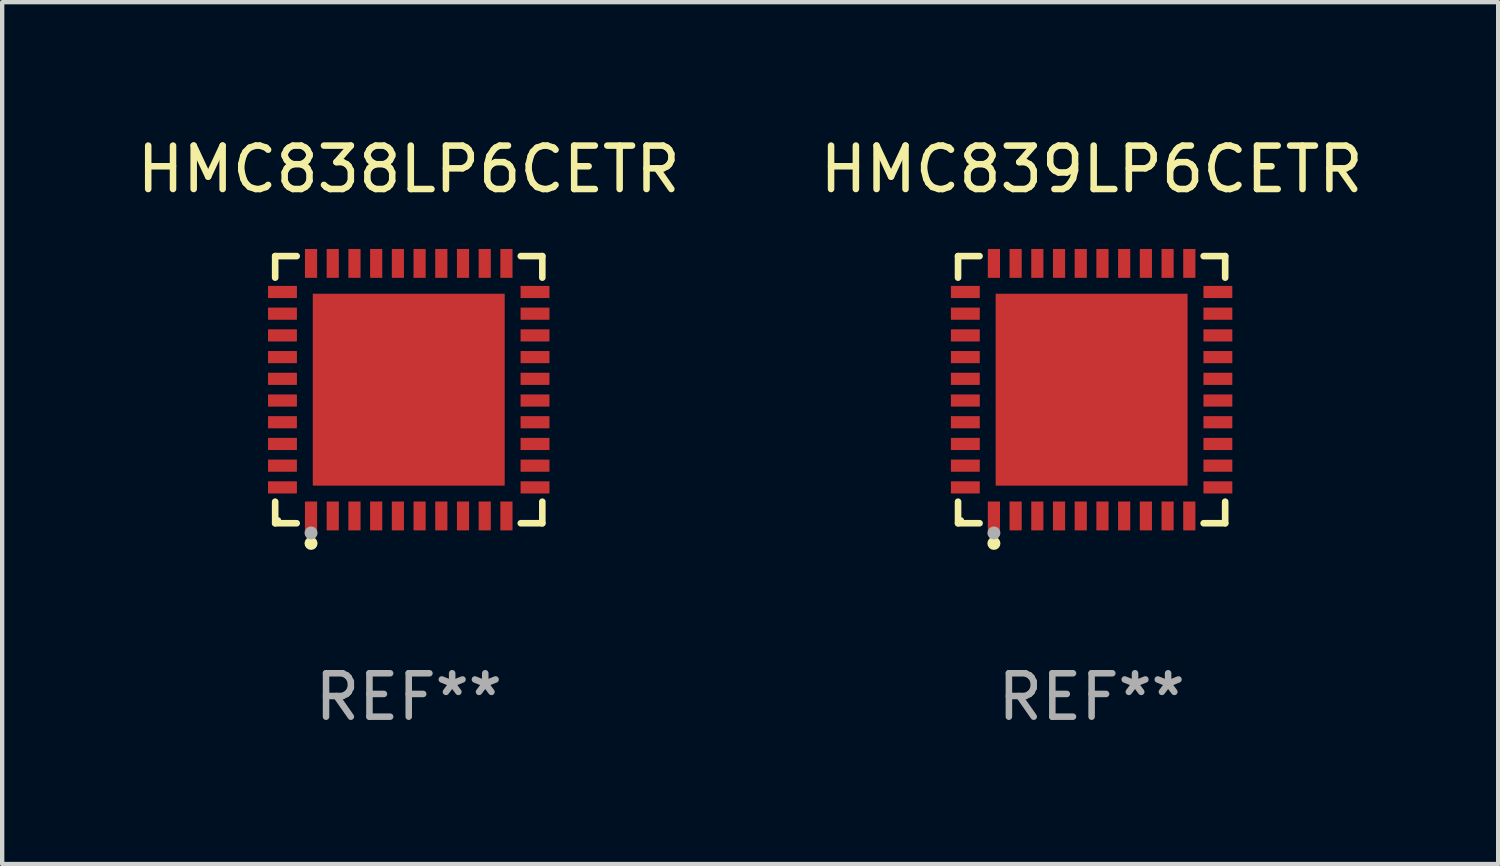
<source format=kicad_pcb>
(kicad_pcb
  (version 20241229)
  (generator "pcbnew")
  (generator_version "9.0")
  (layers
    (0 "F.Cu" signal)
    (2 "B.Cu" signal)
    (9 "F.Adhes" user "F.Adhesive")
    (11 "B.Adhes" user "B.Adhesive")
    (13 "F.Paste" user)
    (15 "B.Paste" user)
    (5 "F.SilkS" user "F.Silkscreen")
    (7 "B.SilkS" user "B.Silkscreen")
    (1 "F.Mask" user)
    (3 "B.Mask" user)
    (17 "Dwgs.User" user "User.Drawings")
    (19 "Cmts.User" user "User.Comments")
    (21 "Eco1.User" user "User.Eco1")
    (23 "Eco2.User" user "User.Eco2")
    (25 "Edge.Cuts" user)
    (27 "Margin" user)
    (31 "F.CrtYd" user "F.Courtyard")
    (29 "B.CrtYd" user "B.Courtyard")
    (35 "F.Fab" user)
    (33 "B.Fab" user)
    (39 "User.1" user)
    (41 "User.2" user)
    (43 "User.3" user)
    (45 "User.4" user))
  (footprint "HMC838LP6CETR"
    (layer "F.Cu")
    (at 6.363 5.924)
    (property "Reference" "HMC838LP6CETR" (at 0 -5.076 0) (layer "F.SilkS") (effects (font (size 1 1) (thickness 0.15))))
    (attr through_hole)
    (fp_line (start -3.076 -3.076) (end -2.58 -3.076) (stroke (width 0.152) (type solid)) (layer "F.SilkS"))
    (fp_line (start -3.076 -2.58) (end -3.076 -3.076) (stroke (width 0.152) (type solid)) (layer "F.SilkS"))
    (fp_line (start -3.076 2.58) (end -3.076 3.076) (stroke (width 0.152) (type solid)) (layer "F.SilkS"))
    (fp_line (start -3.076 3.076) (end -2.58 3.076) (stroke (width 0.152) (type solid)) (layer "F.SilkS"))
    (fp_line (start 3.076 -3.076) (end 2.58 -3.076) (stroke (width 0.152) (type solid)) (layer "F.SilkS"))
    (fp_line (start 3.076 -2.58) (end 3.076 -3.076) (stroke (width 0.152) (type solid)) (layer "F.SilkS"))
    (fp_line (start 3.076 2.58) (end 3.076 3.076) (stroke (width 0.152) (type solid)) (layer "F.SilkS"))
    (fp_line (start 3.076 3.076) (end 2.58 3.076) (stroke (width 0.152) (type solid)) (layer "F.SilkS"))
    (fp_circle (center -3 3) (end -2.97 3) (stroke (width 0.06) (type solid)) (fill no) (layer "F.SilkS"))
    (fp_circle (center -2.25 3.54) (end -2.175 3.54) (stroke (width 0.15) (type solid)) (fill no) (layer "F.SilkS"))
    (fp_circle (center -2.25 3.3) (end -2.175 3.3) (stroke (width 0.15) (type solid)) (fill no) (layer "F.Fab"))
    (fp_text user "REF**" (at 0 7.076 0) (layer "F.Fab") (effects (font (size 1 1) (thickness 0.15))))
    (pad "1" smd rect (at -2.25 2.908) (size 0.28 0.665) (layers "F.Cu" "F.Mask" "F.Paste"))
    (pad "2" smd rect (at -1.75 2.908) (size 0.28 0.665) (layers "F.Cu" "F.Mask" "F.Paste"))
    (pad "3" smd rect (at -1.25 2.908) (size 0.28 0.665) (layers "F.Cu" "F.Mask" "F.Paste"))
    (pad "4" smd rect (at -0.75 2.908) (size 0.28 0.665) (layers "F.Cu" "F.Mask" "F.Paste"))
    (pad "5" smd rect (at -0.25 2.908) (size 0.28 0.665) (layers "F.Cu" "F.Mask" "F.Paste"))
    (pad "6" smd rect (at 0.25 2.908) (size 0.28 0.665) (layers "F.Cu" "F.Mask" "F.Paste"))
    (pad "7" smd rect (at 0.75 2.908) (size 0.28 0.665) (layers "F.Cu" "F.Mask" "F.Paste"))
    (pad "8" smd rect (at 1.25 2.908) (size 0.28 0.665) (layers "F.Cu" "F.Mask" "F.Paste"))
    (pad "9" smd rect (at 1.75 2.908) (size 0.28 0.665) (layers "F.Cu" "F.Mask" "F.Paste"))
    (pad "10" smd rect (at 2.25 2.908) (size 0.28 0.665) (layers "F.Cu" "F.Mask" "F.Paste"))
    (pad "11" smd rect (at 2.908 2.25) (size 0.665 0.28) (layers "F.Cu" "F.Mask" "F.Paste"))
    (pad "12" smd rect (at 2.908 1.75) (size 0.665 0.28) (layers "F.Cu" "F.Mask" "F.Paste"))
    (pad "13" smd rect (at 2.908 1.25) (size 0.665 0.28) (layers "F.Cu" "F.Mask" "F.Paste"))
    (pad "14" smd rect (at 2.908 0.75) (size 0.665 0.28) (layers "F.Cu" "F.Mask" "F.Paste"))
    (pad "15" smd rect (at 2.908 0.25) (size 0.665 0.28) (layers "F.Cu" "F.Mask" "F.Paste"))
    (pad "16" smd rect (at 2.908 -0.25) (size 0.665 0.28) (layers "F.Cu" "F.Mask" "F.Paste"))
    (pad "17" smd rect (at 2.908 -0.75) (size 0.665 0.28) (layers "F.Cu" "F.Mask" "F.Paste"))
    (pad "18" smd rect (at 2.908 -1.25) (size 0.665 0.28) (layers "F.Cu" "F.Mask" "F.Paste"))
    (pad "19" smd rect (at 2.908 -1.75) (size 0.665 0.28) (layers "F.Cu" "F.Mask" "F.Paste"))
    (pad "20" smd rect (at 2.908 -2.25) (size 0.665 0.28) (layers "F.Cu" "F.Mask" "F.Paste"))
    (pad "21" smd rect (at 2.25 -2.908) (size 0.28 0.665) (layers "F.Cu" "F.Mask" "F.Paste"))
    (pad "22" smd rect (at 1.75 -2.908) (size 0.28 0.665) (layers "F.Cu" "F.Mask" "F.Paste"))
    (pad "23" smd rect (at 1.25 -2.908) (size 0.28 0.665) (layers "F.Cu" "F.Mask" "F.Paste"))
    (pad "24" smd rect (at 0.75 -2.908) (size 0.28 0.665) (layers "F.Cu" "F.Mask" "F.Paste"))
    (pad "25" smd rect (at 0.25 -2.908) (size 0.28 0.665) (layers "F.Cu" "F.Mask" "F.Paste"))
    (pad "26" smd rect (at -0.25 -2.908) (size 0.28 0.665) (layers "F.Cu" "F.Mask" "F.Paste"))
    (pad "27" smd rect (at -0.75 -2.908) (size 0.28 0.665) (layers "F.Cu" "F.Mask" "F.Paste"))
    (pad "28" smd rect (at -1.25 -2.908) (size 0.28 0.665) (layers "F.Cu" "F.Mask" "F.Paste"))
    (pad "29" smd rect (at -1.75 -2.908) (size 0.28 0.665) (layers "F.Cu" "F.Mask" "F.Paste"))
    (pad "30" smd rect (at -2.25 -2.908) (size 0.28 0.665) (layers "F.Cu" "F.Mask" "F.Paste"))
    (pad "31" smd rect (at -2.908 -2.25) (size 0.665 0.28) (layers "F.Cu" "F.Mask" "F.Paste"))
    (pad "32" smd rect (at -2.908 -1.75) (size 0.665 0.28) (layers "F.Cu" "F.Mask" "F.Paste"))
    (pad "33" smd rect (at -2.908 -1.25) (size 0.665 0.28) (layers "F.Cu" "F.Mask" "F.Paste"))
    (pad "34" smd rect (at -2.908 -0.75) (size 0.665 0.28) (layers "F.Cu" "F.Mask" "F.Paste"))
    (pad "35" smd rect (at -2.908 -0.25) (size 0.665 0.28) (layers "F.Cu" "F.Mask" "F.Paste"))
    (pad "36" smd rect (at -2.908 0.25) (size 0.665 0.28) (layers "F.Cu" "F.Mask" "F.Paste"))
    (pad "37" smd rect (at -2.908 0.75) (size 0.665 0.28) (layers "F.Cu" "F.Mask" "F.Paste"))
    (pad "38" smd rect (at -2.908 1.25) (size 0.665 0.28) (layers "F.Cu" "F.Mask" "F.Paste"))
    (pad "39" smd rect (at -2.908 1.75) (size 0.665 0.28) (layers "F.Cu" "F.Mask" "F.Paste"))
    (pad "40" smd rect (at -2.908 2.25) (size 0.665 0.28) (layers "F.Cu" "F.Mask" "F.Paste"))
    (pad "41" smd rect (at 0 0) (size 4.42 4.42) (layers "F.Cu" "F.Mask" "F.Paste")))
  (footprint "HMC839LP6CETR"
    (layer "F.Cu")
    (at 22.089 5.924)
    (property "Reference" "HMC839LP6CETR" (at 0 -5.076 0) (layer "F.SilkS") (effects (font (size 1 1) (thickness 0.15))))
    (attr through_hole)
    (fp_line (start -3.076 -3.076) (end -2.58 -3.076) (stroke (width 0.152) (type solid)) (layer "F.SilkS"))
    (fp_line (start -3.076 -2.58) (end -3.076 -3.076) (stroke (width 0.152) (type solid)) (layer "F.SilkS"))
    (fp_line (start -3.076 2.58) (end -3.076 3.076) (stroke (width 0.152) (type solid)) (layer "F.SilkS"))
    (fp_line (start -3.076 3.076) (end -2.58 3.076) (stroke (width 0.152) (type solid)) (layer "F.SilkS"))
    (fp_line (start 3.076 -3.076) (end 2.58 -3.076) (stroke (width 0.152) (type solid)) (layer "F.SilkS"))
    (fp_line (start 3.076 -2.58) (end 3.076 -3.076) (stroke (width 0.152) (type solid)) (layer "F.SilkS"))
    (fp_line (start 3.076 2.58) (end 3.076 3.076) (stroke (width 0.152) (type solid)) (layer "F.SilkS"))
    (fp_line (start 3.076 3.076) (end 2.58 3.076) (stroke (width 0.152) (type solid)) (layer "F.SilkS"))
    (fp_circle (center -3 3) (end -2.97 3) (stroke (width 0.06) (type solid)) (fill no) (layer "F.SilkS"))
    (fp_circle (center -2.25 3.54) (end -2.175 3.54) (stroke (width 0.15) (type solid)) (fill no) (layer "F.SilkS"))
    (fp_circle (center -2.25 3.3) (end -2.175 3.3) (stroke (width 0.15) (type solid)) (fill no) (layer "F.Fab"))
    (fp_text user "REF**" (at 0 7.076 0) (layer "F.Fab") (effects (font (size 1 1) (thickness 0.15))))
    (pad "1" smd rect (at -2.25 2.908) (size 0.28 0.665) (layers "F.Cu" "F.Mask" "F.Paste"))
    (pad "2" smd rect (at -1.75 2.908) (size 0.28 0.665) (layers "F.Cu" "F.Mask" "F.Paste"))
    (pad "3" smd rect (at -1.25 2.908) (size 0.28 0.665) (layers "F.Cu" "F.Mask" "F.Paste"))
    (pad "4" smd rect (at -0.75 2.908) (size 0.28 0.665) (layers "F.Cu" "F.Mask" "F.Paste"))
    (pad "5" smd rect (at -0.25 2.908) (size 0.28 0.665) (layers "F.Cu" "F.Mask" "F.Paste"))
    (pad "6" smd rect (at 0.25 2.908) (size 0.28 0.665) (layers "F.Cu" "F.Mask" "F.Paste"))
    (pad "7" smd rect (at 0.75 2.908) (size 0.28 0.665) (layers "F.Cu" "F.Mask" "F.Paste"))
    (pad "8" smd rect (at 1.25 2.908) (size 0.28 0.665) (layers "F.Cu" "F.Mask" "F.Paste"))
    (pad "9" smd rect (at 1.75 2.908) (size 0.28 0.665) (layers "F.Cu" "F.Mask" "F.Paste"))
    (pad "10" smd rect (at 2.25 2.908) (size 0.28 0.665) (layers "F.Cu" "F.Mask" "F.Paste"))
    (pad "11" smd rect (at 2.908 2.25) (size 0.665 0.28) (layers "F.Cu" "F.Mask" "F.Paste"))
    (pad "12" smd rect (at 2.908 1.75) (size 0.665 0.28) (layers "F.Cu" "F.Mask" "F.Paste"))
    (pad "13" smd rect (at 2.908 1.25) (size 0.665 0.28) (layers "F.Cu" "F.Mask" "F.Paste"))
    (pad "14" smd rect (at 2.908 0.75) (size 0.665 0.28) (layers "F.Cu" "F.Mask" "F.Paste"))
    (pad "15" smd rect (at 2.908 0.25) (size 0.665 0.28) (layers "F.Cu" "F.Mask" "F.Paste"))
    (pad "16" smd rect (at 2.908 -0.25) (size 0.665 0.28) (layers "F.Cu" "F.Mask" "F.Paste"))
    (pad "17" smd rect (at 2.908 -0.75) (size 0.665 0.28) (layers "F.Cu" "F.Mask" "F.Paste"))
    (pad "18" smd rect (at 2.908 -1.25) (size 0.665 0.28) (layers "F.Cu" "F.Mask" "F.Paste"))
    (pad "19" smd rect (at 2.908 -1.75) (size 0.665 0.28) (layers "F.Cu" "F.Mask" "F.Paste"))
    (pad "20" smd rect (at 2.908 -2.25) (size 0.665 0.28) (layers "F.Cu" "F.Mask" "F.Paste"))
    (pad "21" smd rect (at 2.25 -2.908) (size 0.28 0.665) (layers "F.Cu" "F.Mask" "F.Paste"))
    (pad "22" smd rect (at 1.75 -2.908) (size 0.28 0.665) (layers "F.Cu" "F.Mask" "F.Paste"))
    (pad "23" smd rect (at 1.25 -2.908) (size 0.28 0.665) (layers "F.Cu" "F.Mask" "F.Paste"))
    (pad "24" smd rect (at 0.75 -2.908) (size 0.28 0.665) (layers "F.Cu" "F.Mask" "F.Paste"))
    (pad "25" smd rect (at 0.25 -2.908) (size 0.28 0.665) (layers "F.Cu" "F.Mask" "F.Paste"))
    (pad "26" smd rect (at -0.25 -2.908) (size 0.28 0.665) (layers "F.Cu" "F.Mask" "F.Paste"))
    (pad "27" smd rect (at -0.75 -2.908) (size 0.28 0.665) (layers "F.Cu" "F.Mask" "F.Paste"))
    (pad "28" smd rect (at -1.25 -2.908) (size 0.28 0.665) (layers "F.Cu" "F.Mask" "F.Paste"))
    (pad "29" smd rect (at -1.75 -2.908) (size 0.28 0.665) (layers "F.Cu" "F.Mask" "F.Paste"))
    (pad "30" smd rect (at -2.25 -2.908) (size 0.28 0.665) (layers "F.Cu" "F.Mask" "F.Paste"))
    (pad "31" smd rect (at -2.908 -2.25) (size 0.665 0.28) (layers "F.Cu" "F.Mask" "F.Paste"))
    (pad "32" smd rect (at -2.908 -1.75) (size 0.665 0.28) (layers "F.Cu" "F.Mask" "F.Paste"))
    (pad "33" smd rect (at -2.908 -1.25) (size 0.665 0.28) (layers "F.Cu" "F.Mask" "F.Paste"))
    (pad "34" smd rect (at -2.908 -0.75) (size 0.665 0.28) (layers "F.Cu" "F.Mask" "F.Paste"))
    (pad "35" smd rect (at -2.908 -0.25) (size 0.665 0.28) (layers "F.Cu" "F.Mask" "F.Paste"))
    (pad "36" smd rect (at -2.908 0.25) (size 0.665 0.28) (layers "F.Cu" "F.Mask" "F.Paste"))
    (pad "37" smd rect (at -2.908 0.75) (size 0.665 0.28) (layers "F.Cu" "F.Mask" "F.Paste"))
    (pad "38" smd rect (at -2.908 1.25) (size 0.665 0.28) (layers "F.Cu" "F.Mask" "F.Paste"))
    (pad "39" smd rect (at -2.908 1.75) (size 0.665 0.28) (layers "F.Cu" "F.Mask" "F.Paste"))
    (pad "40" smd rect (at -2.908 2.25) (size 0.665 0.28) (layers "F.Cu" "F.Mask" "F.Paste"))
    (pad "41" smd rect (at 0 0) (size 4.42 4.42) (layers "F.Cu" "F.Mask" "F.Paste")))
  (gr_rect
    (start -3 -3)
    (end 31.452 16.849)
    (stroke (width 0.1) (type default))
    (fill no)
    (layer "Edge.Cuts")))
</source>
